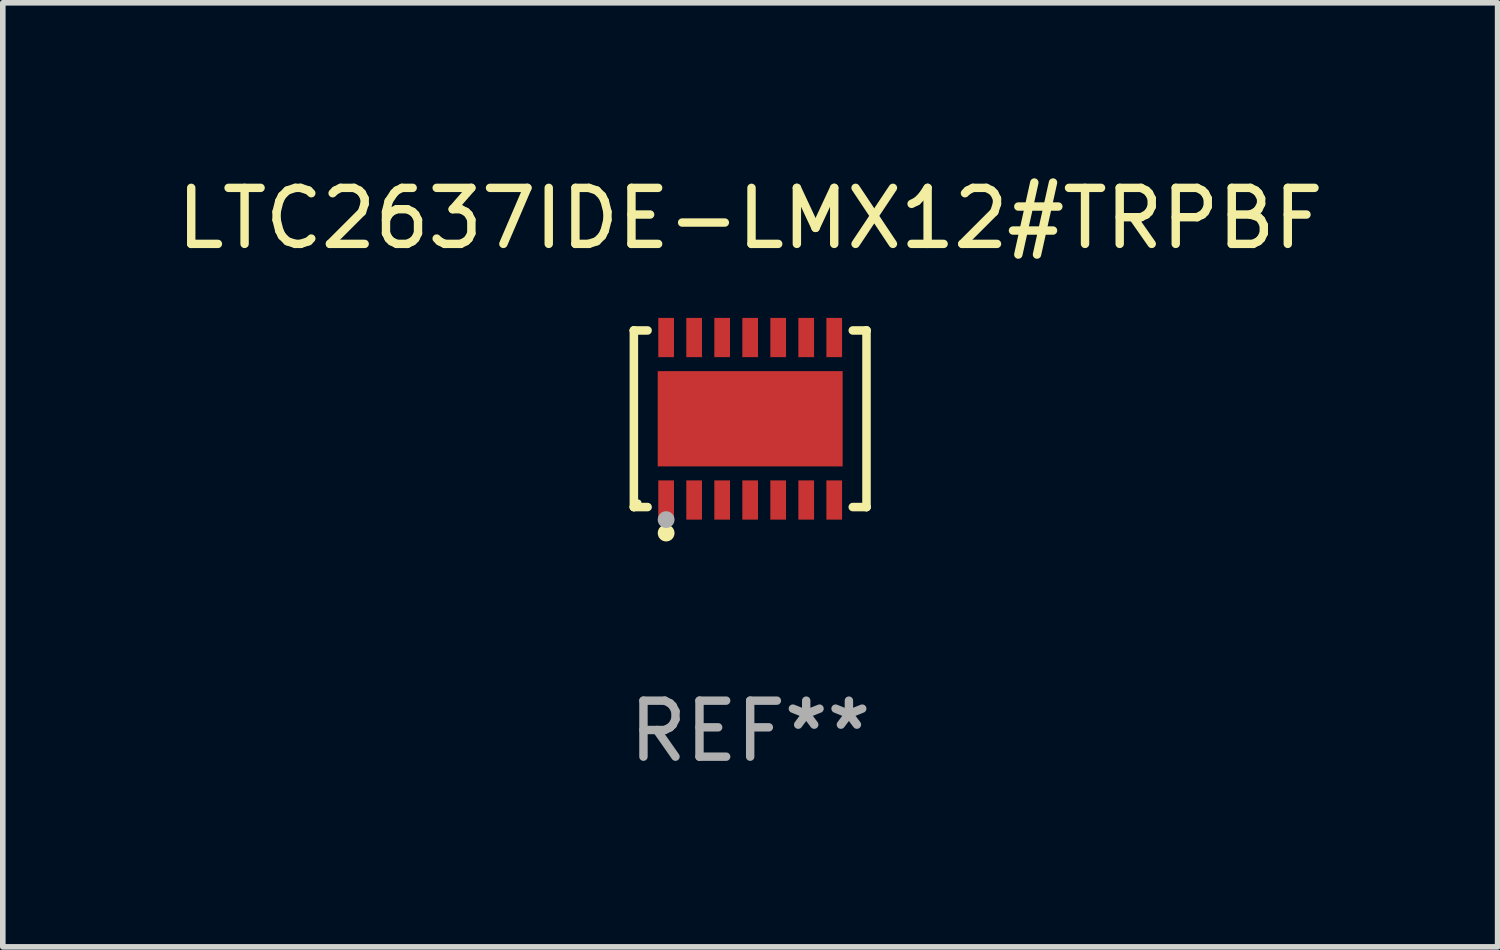
<source format=kicad_pcb>
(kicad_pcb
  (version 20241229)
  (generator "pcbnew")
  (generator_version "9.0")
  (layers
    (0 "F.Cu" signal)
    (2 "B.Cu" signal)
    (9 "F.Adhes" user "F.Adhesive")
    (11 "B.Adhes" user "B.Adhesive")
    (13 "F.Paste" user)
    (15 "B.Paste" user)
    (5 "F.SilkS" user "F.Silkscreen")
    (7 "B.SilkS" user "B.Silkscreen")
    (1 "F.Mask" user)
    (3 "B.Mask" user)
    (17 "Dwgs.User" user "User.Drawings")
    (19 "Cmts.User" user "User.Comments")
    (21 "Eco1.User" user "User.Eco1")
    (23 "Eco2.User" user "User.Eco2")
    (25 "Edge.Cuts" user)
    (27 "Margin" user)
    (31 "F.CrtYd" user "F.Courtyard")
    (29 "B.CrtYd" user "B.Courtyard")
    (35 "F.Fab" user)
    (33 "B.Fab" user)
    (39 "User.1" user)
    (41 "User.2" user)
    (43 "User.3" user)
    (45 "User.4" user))
  (footprint "LTC2637IDE-LMX12#TRPBF"
    (layer "F.Cu")
    (at 10.339 4.424)
    (property "Reference" "LTC2637IDE-LMX12#TRPBF" (at 0 -3.576 0) (layer "F.SilkS") (effects (font (size 1 1) (thickness 0.15))))
    (attr through_hole)
    (fp_line (start -2.076 -1.576) (end -2.076 -1.576) (stroke (width 0.152) (type solid)) (layer "F.SilkS"))
    (fp_line (start -2.076 -1.576) (end -1.831 -1.576) (stroke (width 0.152) (type solid)) (layer "F.SilkS"))
    (fp_line (start -2.076 1.576) (end -2.076 -1.576) (stroke (width 0.152) (type solid)) (layer "F.SilkS"))
    (fp_line (start -2.076 1.576) (end -2.076 1.576) (stroke (width 0.152) (type solid)) (layer "F.SilkS"))
    (fp_line (start -1.831 1.576) (end -2.076 1.576) (stroke (width 0.152) (type solid)) (layer "F.SilkS"))
    (fp_line (start 1.831 1.576) (end 2.076 1.576) (stroke (width 0.152) (type solid)) (layer "F.SilkS"))
    (fp_line (start 2.076 -1.576) (end 1.831 -1.576) (stroke (width 0.152) (type solid)) (layer "F.SilkS"))
    (fp_line (start 2.076 -1.576) (end 2.076 -1.576) (stroke (width 0.152) (type solid)) (layer "F.SilkS"))
    (fp_line (start 2.076 1.576) (end 2.076 -1.576) (stroke (width 0.152) (type solid)) (layer "F.SilkS"))
    (fp_line (start 2.076 1.576) (end 2.076 1.576) (stroke (width 0.152) (type solid)) (layer "F.SilkS"))
    (fp_circle (center -2 1.5) (end -1.97 1.5) (stroke (width 0.06) (type solid)) (fill no) (layer "F.SilkS"))
    (fp_circle (center -1.5 2.04) (end -1.425 2.04) (stroke (width 0.15) (type solid)) (fill no) (layer "F.SilkS"))
    (fp_circle (center -1.5 1.8) (end -1.425 1.8) (stroke (width 0.15) (type solid)) (fill no) (layer "F.Fab"))
    (fp_text user "REF**" (at 0 5.576 0) (layer "F.Fab") (effects (font (size 1 1) (thickness 0.15))))
    (pad "1" smd rect (at -1.5 1.45) (size 0.28 0.7) (layers "F.Cu" "F.Mask" "F.Paste"))
    (pad "2" smd rect (at -1 1.45) (size 0.28 0.7) (layers "F.Cu" "F.Mask" "F.Paste"))
    (pad "3" smd rect (at -0.5 1.45) (size 0.28 0.7) (layers "F.Cu" "F.Mask" "F.Paste"))
    (pad "4" smd rect (at 0 1.45) (size 0.28 0.7) (layers "F.Cu" "F.Mask" "F.Paste"))
    (pad "5" smd rect (at 0.5 1.45) (size 0.28 0.7) (layers "F.Cu" "F.Mask" "F.Paste"))
    (pad "6" smd rect (at 1 1.45) (size 0.28 0.7) (layers "F.Cu" "F.Mask" "F.Paste"))
    (pad "7" smd rect (at 1.5 1.45) (size 0.28 0.7) (layers "F.Cu" "F.Mask" "F.Paste"))
    (pad "8" smd rect (at 1.5 -1.45) (size 0.28 0.7) (layers "F.Cu" "F.Mask" "F.Paste"))
    (pad "9" smd rect (at 1 -1.45) (size 0.28 0.7) (layers "F.Cu" "F.Mask" "F.Paste"))
    (pad "10" smd rect (at 0.5 -1.45) (size 0.28 0.7) (layers "F.Cu" "F.Mask" "F.Paste"))
    (pad "11" smd rect (at 0 -1.45) (size 0.28 0.7) (layers "F.Cu" "F.Mask" "F.Paste"))
    (pad "12" smd rect (at -0.5 -1.45) (size 0.28 0.7) (layers "F.Cu" "F.Mask" "F.Paste"))
    (pad "13" smd rect (at -1 -1.45) (size 0.28 0.7) (layers "F.Cu" "F.Mask" "F.Paste"))
    (pad "14" smd rect (at -1.5 -1.45) (size 0.28 0.7) (layers "F.Cu" "F.Mask" "F.Paste"))
    (pad "15" smd rect (at 0 0) (size 3.3 1.7) (layers "F.Cu" "F.Mask" "F.Paste")))
  (gr_rect
    (start -3 -3)
    (end 23.679 13.849)
    (stroke (width 0.1) (type default))
    (fill no)
    (layer "Edge.Cuts")))
</source>
